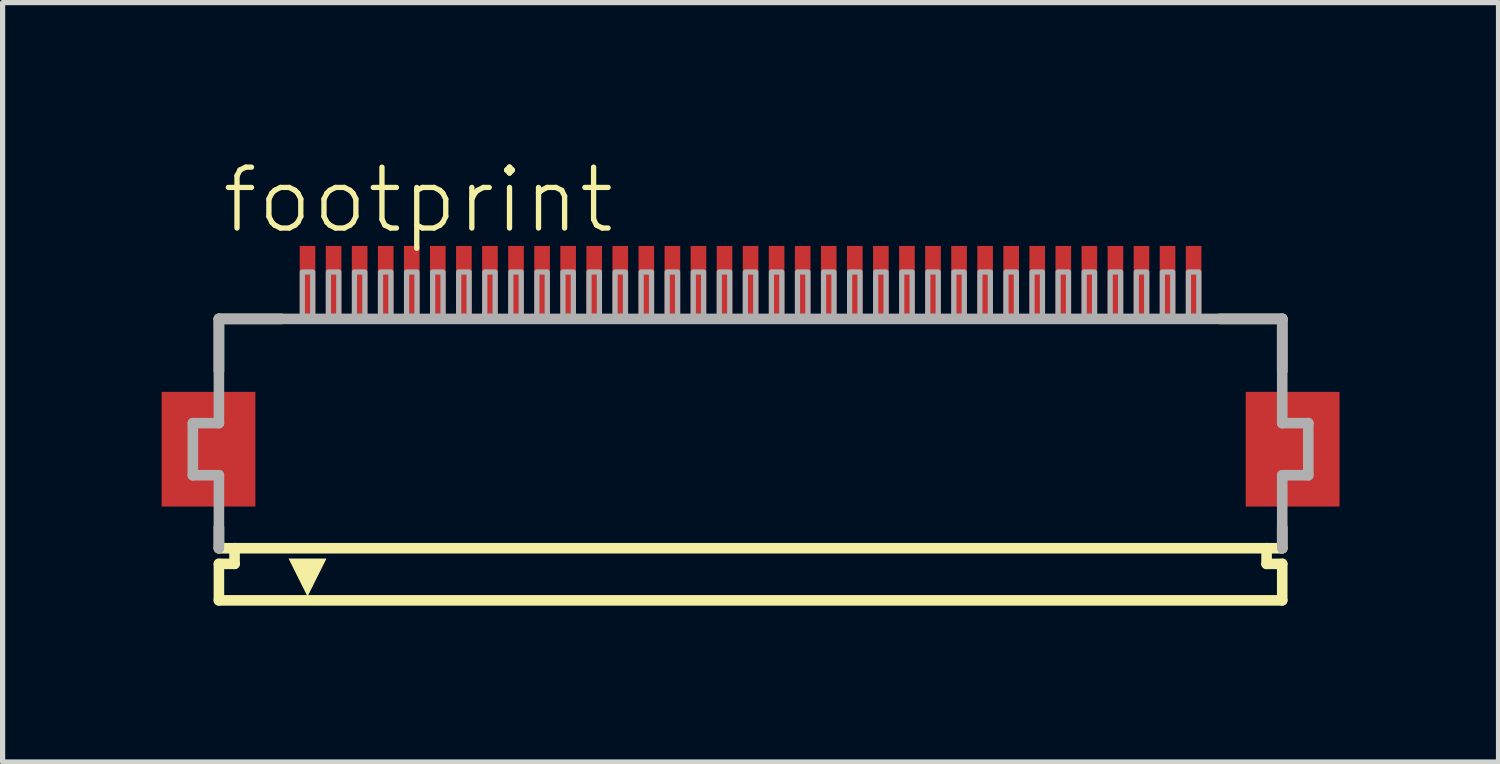
<source format=kicad_pcb>
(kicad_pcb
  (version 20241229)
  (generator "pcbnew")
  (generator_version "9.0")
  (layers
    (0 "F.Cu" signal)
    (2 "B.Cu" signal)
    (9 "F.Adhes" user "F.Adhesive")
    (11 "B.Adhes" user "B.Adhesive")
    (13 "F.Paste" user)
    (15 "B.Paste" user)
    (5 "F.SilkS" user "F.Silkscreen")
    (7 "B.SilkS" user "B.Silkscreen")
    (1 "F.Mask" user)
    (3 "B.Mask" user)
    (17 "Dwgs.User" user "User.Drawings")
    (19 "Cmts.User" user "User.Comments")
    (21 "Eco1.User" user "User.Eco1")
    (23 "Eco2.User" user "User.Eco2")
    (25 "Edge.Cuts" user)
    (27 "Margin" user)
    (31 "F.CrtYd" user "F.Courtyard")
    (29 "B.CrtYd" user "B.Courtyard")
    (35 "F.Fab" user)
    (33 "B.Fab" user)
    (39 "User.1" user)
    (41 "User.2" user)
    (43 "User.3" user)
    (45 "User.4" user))
  (footprint "footprint"
    (layer "F.Cu")
    (at 11.35 5.568)
    (property "Reference" "footprint" (at -10.198 -4.095 0) (layer "F.SilkS") (effects (font (size 1.168 1.168) (thickness 0.102)) (justify left bottom)))
    (fp_poly (pts (xy -9.5 -1.1) (xy -11.3 -1.1) (xy -11.3 1.1) (xy -9.5 1.1)) (stroke (width 0) (type solid)) (fill yes) (layer "F.Cu"))
    (fp_poly (pts (xy 11.3 -1.1) (xy 9.5 -1.1) (xy 9.5 1.1) (xy 11.3 1.1)) (stroke (width 0) (type solid)) (fill yes) (layer "F.Cu"))
    (fp_poly (pts (xy -9.45 -1.175) (xy -11.35 -1.175) (xy -11.35 1.175) (xy -9.45 1.175)) (stroke (width 0) (type solid)) (fill yes) (layer "F.Mask"))
    (fp_poly (pts (xy -8.7 -2.55) (xy -8.3 -2.55) (xy -8.3 -3.95) (xy -8.7 -3.95)) (stroke (width 0) (type solid)) (fill yes) (layer "F.Mask"))
    (fp_poly (pts (xy -8.2 -2.55) (xy -7.8 -2.55) (xy -7.8 -3.95) (xy -8.2 -3.95)) (stroke (width 0) (type solid)) (fill yes) (layer "F.Mask"))
    (fp_poly (pts (xy -7.7 -2.55) (xy -7.3 -2.55) (xy -7.3 -3.95) (xy -7.7 -3.95)) (stroke (width 0) (type solid)) (fill yes) (layer "F.Mask"))
    (fp_poly (pts (xy -7.2 -2.55) (xy -6.8 -2.55) (xy -6.8 -3.95) (xy -7.2 -3.95)) (stroke (width 0) (type solid)) (fill yes) (layer "F.Mask"))
    (fp_poly (pts (xy -6.7 -2.55) (xy -6.3 -2.55) (xy -6.3 -3.95) (xy -6.7 -3.95)) (stroke (width 0) (type solid)) (fill yes) (layer "F.Mask"))
    (fp_poly (pts (xy -6.2 -2.55) (xy -5.8 -2.55) (xy -5.8 -3.95) (xy -6.2 -3.95)) (stroke (width 0) (type solid)) (fill yes) (layer "F.Mask"))
    (fp_poly (pts (xy -5.7 -2.55) (xy -5.3 -2.55) (xy -5.3 -3.95) (xy -5.7 -3.95)) (stroke (width 0) (type solid)) (fill yes) (layer "F.Mask"))
    (fp_poly (pts (xy -5.2 -2.55) (xy -4.8 -2.55) (xy -4.8 -3.95) (xy -5.2 -3.95)) (stroke (width 0) (type solid)) (fill yes) (layer "F.Mask"))
    (fp_poly (pts (xy -4.7 -2.55) (xy -4.3 -2.55) (xy -4.3 -3.95) (xy -4.7 -3.95)) (stroke (width 0) (type solid)) (fill yes) (layer "F.Mask"))
    (fp_poly (pts (xy -4.2 -2.55) (xy -3.8 -2.55) (xy -3.8 -3.95) (xy -4.2 -3.95)) (stroke (width 0) (type solid)) (fill yes) (layer "F.Mask"))
    (fp_poly (pts (xy -3.7 -2.55) (xy -3.3 -2.55) (xy -3.3 -3.95) (xy -3.7 -3.95)) (stroke (width 0) (type solid)) (fill yes) (layer "F.Mask"))
    (fp_poly (pts (xy -3.2 -2.55) (xy -2.8 -2.55) (xy -2.8 -3.95) (xy -3.2 -3.95)) (stroke (width 0) (type solid)) (fill yes) (layer "F.Mask"))
    (fp_poly (pts (xy -2.7 -2.55) (xy -2.3 -2.55) (xy -2.3 -3.95) (xy -2.7 -3.95)) (stroke (width 0) (type solid)) (fill yes) (layer "F.Mask"))
    (fp_poly (pts (xy -2.2 -2.55) (xy -1.8 -2.55) (xy -1.8 -3.95) (xy -2.2 -3.95)) (stroke (width 0) (type solid)) (fill yes) (layer "F.Mask"))
    (fp_poly (pts (xy -1.7 -2.55) (xy -1.3 -2.55) (xy -1.3 -3.95) (xy -1.7 -3.95)) (stroke (width 0) (type solid)) (fill yes) (layer "F.Mask"))
    (fp_poly (pts (xy -1.2 -2.55) (xy -0.8 -2.55) (xy -0.8 -3.95) (xy -1.2 -3.95)) (stroke (width 0) (type solid)) (fill yes) (layer "F.Mask"))
    (fp_poly (pts (xy -0.7 -2.55) (xy -0.3 -2.55) (xy -0.3 -3.95) (xy -0.7 -3.95)) (stroke (width 0) (type solid)) (fill yes) (layer "F.Mask"))
    (fp_poly (pts (xy -0.2 -2.55) (xy 0.2 -2.55) (xy 0.2 -3.95) (xy -0.2 -3.95)) (stroke (width 0) (type solid)) (fill yes) (layer "F.Mask"))
    (fp_poly (pts (xy 0.3 -2.55) (xy 0.7 -2.55) (xy 0.7 -3.95) (xy 0.3 -3.95)) (stroke (width 0) (type solid)) (fill yes) (layer "F.Mask"))
    (fp_poly (pts (xy 0.8 -2.55) (xy 1.2 -2.55) (xy 1.2 -3.95) (xy 0.8 -3.95)) (stroke (width 0) (type solid)) (fill yes) (layer "F.Mask"))
    (fp_poly (pts (xy 1.3 -2.55) (xy 1.7 -2.55) (xy 1.7 -3.95) (xy 1.3 -3.95)) (stroke (width 0) (type solid)) (fill yes) (layer "F.Mask"))
    (fp_poly (pts (xy 1.8 -2.55) (xy 2.2 -2.55) (xy 2.2 -3.95) (xy 1.8 -3.95)) (stroke (width 0) (type solid)) (fill yes) (layer "F.Mask"))
    (fp_poly (pts (xy 2.3 -2.55) (xy 2.7 -2.55) (xy 2.7 -3.95) (xy 2.3 -3.95)) (stroke (width 0) (type solid)) (fill yes) (layer "F.Mask"))
    (fp_poly (pts (xy 2.8 -2.55) (xy 3.2 -2.55) (xy 3.2 -3.95) (xy 2.8 -3.95)) (stroke (width 0) (type solid)) (fill yes) (layer "F.Mask"))
    (fp_poly (pts (xy 3.3 -2.55) (xy 3.7 -2.55) (xy 3.7 -3.95) (xy 3.3 -3.95)) (stroke (width 0) (type solid)) (fill yes) (layer "F.Mask"))
    (fp_poly (pts (xy 3.8 -2.55) (xy 4.2 -2.55) (xy 4.2 -3.95) (xy 3.8 -3.95)) (stroke (width 0) (type solid)) (fill yes) (layer "F.Mask"))
    (fp_poly (pts (xy 4.3 -2.55) (xy 4.7 -2.55) (xy 4.7 -3.95) (xy 4.3 -3.95)) (stroke (width 0) (type solid)) (fill yes) (layer "F.Mask"))
    (fp_poly (pts (xy 4.8 -2.55) (xy 5.2 -2.55) (xy 5.2 -3.95) (xy 4.8 -3.95)) (stroke (width 0) (type solid)) (fill yes) (layer "F.Mask"))
    (fp_poly (pts (xy 5.3 -2.55) (xy 5.7 -2.55) (xy 5.7 -3.95) (xy 5.3 -3.95)) (stroke (width 0) (type solid)) (fill yes) (layer "F.Mask"))
    (fp_poly (pts (xy 5.8 -2.55) (xy 6.2 -2.55) (xy 6.2 -3.95) (xy 5.8 -3.95)) (stroke (width 0) (type solid)) (fill yes) (layer "F.Mask"))
    (fp_poly (pts (xy 6.3 -2.55) (xy 6.7 -2.55) (xy 6.7 -3.95) (xy 6.3 -3.95)) (stroke (width 0) (type solid)) (fill yes) (layer "F.Mask"))
    (fp_poly (pts (xy 6.8 -2.55) (xy 7.2 -2.55) (xy 7.2 -3.95) (xy 6.8 -3.95)) (stroke (width 0) (type solid)) (fill yes) (layer "F.Mask"))
    (fp_poly (pts (xy 7.3 -2.55) (xy 7.7 -2.55) (xy 7.7 -3.95) (xy 7.3 -3.95)) (stroke (width 0) (type solid)) (fill yes) (layer "F.Mask"))
    (fp_poly (pts (xy 7.8 -2.55) (xy 8.2 -2.55) (xy 8.2 -3.95) (xy 7.8 -3.95)) (stroke (width 0) (type solid)) (fill yes) (layer "F.Mask"))
    (fp_poly (pts (xy 8.3 -2.55) (xy 8.7 -2.55) (xy 8.7 -3.95) (xy 8.3 -3.95)) (stroke (width 0) (type solid)) (fill yes) (layer "F.Mask"))
    (fp_poly (pts (xy 11.35 -1.175) (xy 9.45 -1.175) (xy 9.45 1.175) (xy 11.35 1.175)) (stroke (width 0) (type solid)) (fill yes) (layer "F.Mask"))
    (fp_line (start -10.2 -2.5) (end -10.2 -1.5) (stroke (width 0.203) (type solid)) (layer "F.SilkS"))
    (fp_line (start -10.2 1.5) (end -10.2 1.9) (stroke (width 0.203) (type solid)) (layer "F.SilkS"))
    (fp_line (start -10.2 1.9) (end -9.9 1.9) (stroke (width 0.203) (type solid)) (layer "F.SilkS"))
    (fp_line (start -10.2 2.2) (end -10.2 2.9) (stroke (width 0.203) (type solid)) (layer "F.SilkS"))
    (fp_line (start -9.9 1.9) (end -9.9 2.2) (stroke (width 0.203) (type solid)) (layer "F.SilkS"))
    (fp_line (start -9.9 2.2) (end -10.2 2.2) (stroke (width 0.203) (type solid)) (layer "F.SilkS"))
    (fp_line (start -9 -2.5) (end -10.2 -2.5) (stroke (width 0.203) (type solid)) (layer "F.SilkS"))
    (fp_line (start 9.9 1.9) (end -9.9 1.9) (stroke (width 0.203) (type solid)) (layer "F.SilkS"))
    (fp_line (start 9.9 1.9) (end 10.2 1.9) (stroke (width 0.203) (type solid)) (layer "F.SilkS"))
    (fp_line (start 9.9 2.2) (end 9.9 1.9) (stroke (width 0.203) (type solid)) (layer "F.SilkS"))
    (fp_line (start 10.2 -2.5) (end 9 -2.5) (stroke (width 0.203) (type solid)) (layer "F.SilkS"))
    (fp_line (start 10.2 -1.5) (end 10.2 -2.5) (stroke (width 0.203) (type solid)) (layer "F.SilkS"))
    (fp_line (start 10.2 1.9) (end 10.2 1.5) (stroke (width 0.203) (type solid)) (layer "F.SilkS"))
    (fp_line (start 10.2 2.2) (end 9.9 2.2) (stroke (width 0.203) (type solid)) (layer "F.SilkS"))
    (fp_line (start 10.2 2.9) (end -10.2 2.9) (stroke (width 0.203) (type solid)) (layer "F.SilkS"))
    (fp_line (start 10.2 2.9) (end 10.2 2.2) (stroke (width 0.203) (type solid)) (layer "F.SilkS"))
    (fp_poly (pts (xy -8.5 2.827) (xy -8.864 2.098) (xy -8.136 2.098)) (stroke (width 0) (type solid)) (fill yes) (layer "F.SilkS"))
    (fp_poly (pts (xy -9.575 -1.025) (xy -11.225 -1.025) (xy -11.225 1.025) (xy -9.575 1.025)) (stroke (width 0) (type solid)) (fill yes) (layer "F.Paste"))
    (fp_poly (pts (xy -8.625 -2.625) (xy -8.375 -2.625) (xy -8.375 -3.875) (xy -8.625 -3.875)) (stroke (width 0) (type solid)) (fill yes) (layer "F.Paste"))
    (fp_poly (pts (xy -8.125 -2.625) (xy -7.875 -2.625) (xy -7.875 -3.875) (xy -8.125 -3.875)) (stroke (width 0) (type solid)) (fill yes) (layer "F.Paste"))
    (fp_poly (pts (xy -7.625 -2.625) (xy -7.375 -2.625) (xy -7.375 -3.875) (xy -7.625 -3.875)) (stroke (width 0) (type solid)) (fill yes) (layer "F.Paste"))
    (fp_poly (pts (xy -7.125 -2.625) (xy -6.875 -2.625) (xy -6.875 -3.875) (xy -7.125 -3.875)) (stroke (width 0) (type solid)) (fill yes) (layer "F.Paste"))
    (fp_poly (pts (xy -6.625 -2.625) (xy -6.375 -2.625) (xy -6.375 -3.875) (xy -6.625 -3.875)) (stroke (width 0) (type solid)) (fill yes) (layer "F.Paste"))
    (fp_poly (pts (xy -6.125 -2.625) (xy -5.875 -2.625) (xy -5.875 -3.875) (xy -6.125 -3.875)) (stroke (width 0) (type solid)) (fill yes) (layer "F.Paste"))
    (fp_poly (pts (xy -5.625 -2.625) (xy -5.375 -2.625) (xy -5.375 -3.875) (xy -5.625 -3.875)) (stroke (width 0) (type solid)) (fill yes) (layer "F.Paste"))
    (fp_poly (pts (xy -5.125 -2.625) (xy -4.875 -2.625) (xy -4.875 -3.875) (xy -5.125 -3.875)) (stroke (width 0) (type solid)) (fill yes) (layer "F.Paste"))
    (fp_poly (pts (xy -4.625 -2.625) (xy -4.375 -2.625) (xy -4.375 -3.875) (xy -4.625 -3.875)) (stroke (width 0) (type solid)) (fill yes) (layer "F.Paste"))
    (fp_poly (pts (xy -4.125 -2.625) (xy -3.875 -2.625) (xy -3.875 -3.875) (xy -4.125 -3.875)) (stroke (width 0) (type solid)) (fill yes) (layer "F.Paste"))
    (fp_poly (pts (xy -3.625 -2.625) (xy -3.375 -2.625) (xy -3.375 -3.875) (xy -3.625 -3.875)) (stroke (width 0) (type solid)) (fill yes) (layer "F.Paste"))
    (fp_poly (pts (xy -3.125 -2.625) (xy -2.875 -2.625) (xy -2.875 -3.875) (xy -3.125 -3.875)) (stroke (width 0) (type solid)) (fill yes) (layer "F.Paste"))
    (fp_poly (pts (xy -2.625 -2.625) (xy -2.375 -2.625) (xy -2.375 -3.875) (xy -2.625 -3.875)) (stroke (width 0) (type solid)) (fill yes) (layer "F.Paste"))
    (fp_poly (pts (xy -2.125 -2.625) (xy -1.875 -2.625) (xy -1.875 -3.875) (xy -2.125 -3.875)) (stroke (width 0) (type solid)) (fill yes) (layer "F.Paste"))
    (fp_poly (pts (xy -1.625 -2.625) (xy -1.375 -2.625) (xy -1.375 -3.875) (xy -1.625 -3.875)) (stroke (width 0) (type solid)) (fill yes) (layer "F.Paste"))
    (fp_poly (pts (xy -1.125 -2.625) (xy -0.875 -2.625) (xy -0.875 -3.875) (xy -1.125 -3.875)) (stroke (width 0) (type solid)) (fill yes) (layer "F.Paste"))
    (fp_poly (pts (xy -0.625 -2.625) (xy -0.375 -2.625) (xy -0.375 -3.875) (xy -0.625 -3.875)) (stroke (width 0) (type solid)) (fill yes) (layer "F.Paste"))
    (fp_poly (pts (xy -0.125 -2.625) (xy 0.125 -2.625) (xy 0.125 -3.875) (xy -0.125 -3.875)) (stroke (width 0) (type solid)) (fill yes) (layer "F.Paste"))
    (fp_poly (pts (xy 0.375 -2.625) (xy 0.625 -2.625) (xy 0.625 -3.875) (xy 0.375 -3.875)) (stroke (width 0) (type solid)) (fill yes) (layer "F.Paste"))
    (fp_poly (pts (xy 0.875 -2.625) (xy 1.125 -2.625) (xy 1.125 -3.875) (xy 0.875 -3.875)) (stroke (width 0) (type solid)) (fill yes) (layer "F.Paste"))
    (fp_poly (pts (xy 1.375 -2.625) (xy 1.625 -2.625) (xy 1.625 -3.875) (xy 1.375 -3.875)) (stroke (width 0) (type solid)) (fill yes) (layer "F.Paste"))
    (fp_poly (pts (xy 1.875 -2.625) (xy 2.125 -2.625) (xy 2.125 -3.875) (xy 1.875 -3.875)) (stroke (width 0) (type solid)) (fill yes) (layer "F.Paste"))
    (fp_poly (pts (xy 2.375 -2.625) (xy 2.625 -2.625) (xy 2.625 -3.875) (xy 2.375 -3.875)) (stroke (width 0) (type solid)) (fill yes) (layer "F.Paste"))
    (fp_poly (pts (xy 2.875 -2.625) (xy 3.125 -2.625) (xy 3.125 -3.875) (xy 2.875 -3.875)) (stroke (width 0) (type solid)) (fill yes) (layer "F.Paste"))
    (fp_poly (pts (xy 3.375 -2.625) (xy 3.625 -2.625) (xy 3.625 -3.875) (xy 3.375 -3.875)) (stroke (width 0) (type solid)) (fill yes) (layer "F.Paste"))
    (fp_poly (pts (xy 3.875 -2.625) (xy 4.125 -2.625) (xy 4.125 -3.875) (xy 3.875 -3.875)) (stroke (width 0) (type solid)) (fill yes) (layer "F.Paste"))
    (fp_poly (pts (xy 4.375 -2.625) (xy 4.625 -2.625) (xy 4.625 -3.875) (xy 4.375 -3.875)) (stroke (width 0) (type solid)) (fill yes) (layer "F.Paste"))
    (fp_poly (pts (xy 4.875 -2.625) (xy 5.125 -2.625) (xy 5.125 -3.875) (xy 4.875 -3.875)) (stroke (width 0) (type solid)) (fill yes) (layer "F.Paste"))
    (fp_poly (pts (xy 5.375 -2.625) (xy 5.625 -2.625) (xy 5.625 -3.875) (xy 5.375 -3.875)) (stroke (width 0) (type solid)) (fill yes) (layer "F.Paste"))
    (fp_poly (pts (xy 5.875 -2.625) (xy 6.125 -2.625) (xy 6.125 -3.875) (xy 5.875 -3.875)) (stroke (width 0) (type solid)) (fill yes) (layer "F.Paste"))
    (fp_poly (pts (xy 6.375 -2.625) (xy 6.625 -2.625) (xy 6.625 -3.875) (xy 6.375 -3.875)) (stroke (width 0) (type solid)) (fill yes) (layer "F.Paste"))
    (fp_poly (pts (xy 6.875 -2.625) (xy 7.125 -2.625) (xy 7.125 -3.875) (xy 6.875 -3.875)) (stroke (width 0) (type solid)) (fill yes) (layer "F.Paste"))
    (fp_poly (pts (xy 7.375 -2.625) (xy 7.625 -2.625) (xy 7.625 -3.875) (xy 7.375 -3.875)) (stroke (width 0) (type solid)) (fill yes) (layer "F.Paste"))
    (fp_poly (pts (xy 7.875 -2.625) (xy 8.125 -2.625) (xy 8.125 -3.875) (xy 7.875 -3.875)) (stroke (width 0) (type solid)) (fill yes) (layer "F.Paste"))
    (fp_poly (pts (xy 8.375 -2.625) (xy 8.625 -2.625) (xy 8.625 -3.875) (xy 8.375 -3.875)) (stroke (width 0) (type solid)) (fill yes) (layer "F.Paste"))
    (fp_poly (pts (xy 11.225 -1.025) (xy 9.575 -1.025) (xy 9.575 1.025) (xy 11.225 1.025)) (stroke (width 0) (type solid)) (fill yes) (layer "F.Paste"))
    (fp_line (start -10.7 -0.5) (end -10.7 0.5) (stroke (width 0.203) (type solid)) (layer "F.Fab"))
    (fp_line (start -10.7 0.5) (end -10.2 0.5) (stroke (width 0.203) (type solid)) (layer "F.Fab"))
    (fp_line (start -10.2 -2.5) (end -10.2 -0.5) (stroke (width 0.203) (type solid)) (layer "F.Fab"))
    (fp_line (start -10.2 -0.5) (end -10.7 -0.5) (stroke (width 0.203) (type solid)) (layer "F.Fab"))
    (fp_line (start -10.2 0.5) (end -10.2 1.9) (stroke (width 0.203) (type solid)) (layer "F.Fab"))
    (fp_line (start 10.2 -2.5) (end -10.2 -2.5) (stroke (width 0.203) (type solid)) (layer "F.Fab"))
    (fp_line (start 10.2 -0.5) (end 10.2 -2.5) (stroke (width 0.203) (type solid)) (layer "F.Fab"))
    (fp_line (start 10.2 0.5) (end 10.7 0.5) (stroke (width 0.203) (type solid)) (layer "F.Fab"))
    (fp_line (start 10.2 1.9) (end 10.2 0.5) (stroke (width 0.203) (type solid)) (layer "F.Fab"))
    (fp_line (start 10.7 -0.5) (end 10.2 -0.5) (stroke (width 0.203) (type solid)) (layer "F.Fab"))
    (fp_line (start 10.7 0.5) (end 10.7 -0.5) (stroke (width 0.203) (type solid)) (layer "F.Fab"))
    (fp_poly (pts (xy -8.6 -2.55) (xy -8.4 -2.55) (xy -8.4 -3.4) (xy -8.6 -3.4)) (stroke (width 0.1) (type solid)) (fill no) (layer "F.Fab"))
    (fp_poly (pts (xy -8.1 -2.55) (xy -7.9 -2.55) (xy -7.9 -3.4) (xy -8.1 -3.4)) (stroke (width 0.1) (type solid)) (fill no) (layer "F.Fab"))
    (fp_poly (pts (xy -7.6 -2.55) (xy -7.4 -2.55) (xy -7.4 -3.4) (xy -7.6 -3.4)) (stroke (width 0.1) (type solid)) (fill no) (layer "F.Fab"))
    (fp_poly (pts (xy -7.1 -2.55) (xy -6.9 -2.55) (xy -6.9 -3.4) (xy -7.1 -3.4)) (stroke (width 0.1) (type solid)) (fill no) (layer "F.Fab"))
    (fp_poly (pts (xy -6.6 -2.55) (xy -6.4 -2.55) (xy -6.4 -3.4) (xy -6.6 -3.4)) (stroke (width 0.1) (type solid)) (fill no) (layer "F.Fab"))
    (fp_poly (pts (xy -6.1 -2.55) (xy -5.9 -2.55) (xy -5.9 -3.4) (xy -6.1 -3.4)) (stroke (width 0.1) (type solid)) (fill no) (layer "F.Fab"))
    (fp_poly (pts (xy -5.6 -2.55) (xy -5.4 -2.55) (xy -5.4 -3.4) (xy -5.6 -3.4)) (stroke (width 0.1) (type solid)) (fill no) (layer "F.Fab"))
    (fp_poly (pts (xy -5.1 -2.55) (xy -4.9 -2.55) (xy -4.9 -3.4) (xy -5.1 -3.4)) (stroke (width 0.1) (type solid)) (fill no) (layer "F.Fab"))
    (fp_poly (pts (xy -4.6 -2.55) (xy -4.4 -2.55) (xy -4.4 -3.4) (xy -4.6 -3.4)) (stroke (width 0.1) (type solid)) (fill no) (layer "F.Fab"))
    (fp_poly (pts (xy -4.1 -2.55) (xy -3.9 -2.55) (xy -3.9 -3.4) (xy -4.1 -3.4)) (stroke (width 0.1) (type solid)) (fill no) (layer "F.Fab"))
    (fp_poly (pts (xy -3.6 -2.55) (xy -3.4 -2.55) (xy -3.4 -3.4) (xy -3.6 -3.4)) (stroke (width 0.1) (type solid)) (fill no) (layer "F.Fab"))
    (fp_poly (pts (xy -3.1 -2.55) (xy -2.9 -2.55) (xy -2.9 -3.4) (xy -3.1 -3.4)) (stroke (width 0.1) (type solid)) (fill no) (layer "F.Fab"))
    (fp_poly (pts (xy -2.6 -2.55) (xy -2.4 -2.55) (xy -2.4 -3.4) (xy -2.6 -3.4)) (stroke (width 0.1) (type solid)) (fill no) (layer "F.Fab"))
    (fp_poly (pts (xy -2.1 -2.55) (xy -1.9 -2.55) (xy -1.9 -3.4) (xy -2.1 -3.4)) (stroke (width 0.1) (type solid)) (fill no) (layer "F.Fab"))
    (fp_poly (pts (xy -1.6 -2.55) (xy -1.4 -2.55) (xy -1.4 -3.4) (xy -1.6 -3.4)) (stroke (width 0.1) (type solid)) (fill no) (layer "F.Fab"))
    (fp_poly (pts (xy -1.1 -2.55) (xy -0.9 -2.55) (xy -0.9 -3.4) (xy -1.1 -3.4)) (stroke (width 0.1) (type solid)) (fill no) (layer "F.Fab"))
    (fp_poly (pts (xy -0.6 -2.55) (xy -0.4 -2.55) (xy -0.4 -3.4) (xy -0.6 -3.4)) (stroke (width 0.1) (type solid)) (fill no) (layer "F.Fab"))
    (fp_poly (pts (xy -0.1 -2.55) (xy 0.1 -2.55) (xy 0.1 -3.4) (xy -0.1 -3.4)) (stroke (width 0.1) (type solid)) (fill no) (layer "F.Fab"))
    (fp_poly (pts (xy 0.4 -2.55) (xy 0.6 -2.55) (xy 0.6 -3.4) (xy 0.4 -3.4)) (stroke (width 0.1) (type solid)) (fill no) (layer "F.Fab"))
    (fp_poly (pts (xy 0.9 -2.55) (xy 1.1 -2.55) (xy 1.1 -3.4) (xy 0.9 -3.4)) (stroke (width 0.1) (type solid)) (fill no) (layer "F.Fab"))
    (fp_poly (pts (xy 1.4 -2.55) (xy 1.6 -2.55) (xy 1.6 -3.4) (xy 1.4 -3.4)) (stroke (width 0.1) (type solid)) (fill no) (layer "F.Fab"))
    (fp_poly (pts (xy 1.9 -2.55) (xy 2.1 -2.55) (xy 2.1 -3.4) (xy 1.9 -3.4)) (stroke (width 0.1) (type solid)) (fill no) (layer "F.Fab"))
    (fp_poly (pts (xy 2.4 -2.55) (xy 2.6 -2.55) (xy 2.6 -3.4) (xy 2.4 -3.4)) (stroke (width 0.1) (type solid)) (fill no) (layer "F.Fab"))
    (fp_poly (pts (xy 2.9 -2.55) (xy 3.1 -2.55) (xy 3.1 -3.4) (xy 2.9 -3.4)) (stroke (width 0.1) (type solid)) (fill no) (layer "F.Fab"))
    (fp_poly (pts (xy 3.4 -2.55) (xy 3.6 -2.55) (xy 3.6 -3.4) (xy 3.4 -3.4)) (stroke (width 0.1) (type solid)) (fill no) (layer "F.Fab"))
    (fp_poly (pts (xy 3.9 -2.55) (xy 4.1 -2.55) (xy 4.1 -3.4) (xy 3.9 -3.4)) (stroke (width 0.1) (type solid)) (fill no) (layer "F.Fab"))
    (fp_poly (pts (xy 4.4 -2.55) (xy 4.6 -2.55) (xy 4.6 -3.4) (xy 4.4 -3.4)) (stroke (width 0.1) (type solid)) (fill no) (layer "F.Fab"))
    (fp_poly (pts (xy 4.9 -2.55) (xy 5.1 -2.55) (xy 5.1 -3.4) (xy 4.9 -3.4)) (stroke (width 0.1) (type solid)) (fill no) (layer "F.Fab"))
    (fp_poly (pts (xy 5.4 -2.55) (xy 5.6 -2.55) (xy 5.6 -3.4) (xy 5.4 -3.4)) (stroke (width 0.1) (type solid)) (fill no) (layer "F.Fab"))
    (fp_poly (pts (xy 5.9 -2.55) (xy 6.1 -2.55) (xy 6.1 -3.4) (xy 5.9 -3.4)) (stroke (width 0.1) (type solid)) (fill no) (layer "F.Fab"))
    (fp_poly (pts (xy 6.4 -2.55) (xy 6.6 -2.55) (xy 6.6 -3.4) (xy 6.4 -3.4)) (stroke (width 0.1) (type solid)) (fill no) (layer "F.Fab"))
    (fp_poly (pts (xy 6.9 -2.55) (xy 7.1 -2.55) (xy 7.1 -3.4) (xy 6.9 -3.4)) (stroke (width 0.1) (type solid)) (fill no) (layer "F.Fab"))
    (fp_poly (pts (xy 7.4 -2.55) (xy 7.6 -2.55) (xy 7.6 -3.4) (xy 7.4 -3.4)) (stroke (width 0.1) (type solid)) (fill no) (layer "F.Fab"))
    (fp_poly (pts (xy 7.9 -2.55) (xy 8.1 -2.55) (xy 8.1 -3.4) (xy 7.9 -3.4)) (stroke (width 0.1) (type solid)) (fill no) (layer "F.Fab"))
    (fp_poly (pts (xy 8.4 -2.55) (xy 8.6 -2.55) (xy 8.6 -3.4) (xy 8.4 -3.4)) (stroke (width 0.1) (type solid)) (fill no) (layer "F.Fab"))
    (pad "1" smd rect (at -8.5 -3.25) (size 0.3 1.3) (layers "F.Cu"))
    (pad "2" smd rect (at -8 -3.25) (size 0.3 1.3) (layers "F.Cu"))
    (pad "3" smd rect (at -7.5 -3.25) (size 0.3 1.3) (layers "F.Cu"))
    (pad "4" smd rect (at -7 -3.25) (size 0.3 1.3) (layers "F.Cu"))
    (pad "5" smd rect (at -6.5 -3.25) (size 0.3 1.3) (layers "F.Cu"))
    (pad "6" smd rect (at -6 -3.25) (size 0.3 1.3) (layers "F.Cu"))
    (pad "7" smd rect (at -5.5 -3.25) (size 0.3 1.3) (layers "F.Cu"))
    (pad "8" smd rect (at -5 -3.25) (size 0.3 1.3) (layers "F.Cu"))
    (pad "9" smd rect (at -4.5 -3.25) (size 0.3 1.3) (layers "F.Cu"))
    (pad "10" smd rect (at -4 -3.25) (size 0.3 1.3) (layers "F.Cu"))
    (pad "11" smd rect (at -3.5 -3.25) (size 0.3 1.3) (layers "F.Cu"))
    (pad "12" smd rect (at -3 -3.25) (size 0.3 1.3) (layers "F.Cu"))
    (pad "13" smd rect (at -2.5 -3.25) (size 0.3 1.3) (layers "F.Cu"))
    (pad "14" smd rect (at -2 -3.25) (size 0.3 1.3) (layers "F.Cu"))
    (pad "15" smd rect (at -1.5 -3.25) (size 0.3 1.3) (layers "F.Cu"))
    (pad "16" smd rect (at -1 -3.25) (size 0.3 1.3) (layers "F.Cu"))
    (pad "17" smd rect (at -0.5 -3.25) (size 0.3 1.3) (layers "F.Cu"))
    (pad "18" smd rect (at 0 -3.25) (size 0.3 1.3) (layers "F.Cu"))
    (pad "19" smd rect (at 0.5 -3.25) (size 0.3 1.3) (layers "F.Cu"))
    (pad "20" smd rect (at 1 -3.25) (size 0.3 1.3) (layers "F.Cu"))
    (pad "21" smd rect (at 1.5 -3.25) (size 0.3 1.3) (layers "F.Cu"))
    (pad "22" smd rect (at 2 -3.25) (size 0.3 1.3) (layers "F.Cu"))
    (pad "23" smd rect (at 2.5 -3.25) (size 0.3 1.3) (layers "F.Cu"))
    (pad "24" smd rect (at 3 -3.25) (size 0.3 1.3) (layers "F.Cu"))
    (pad "25" smd rect (at 3.5 -3.25) (size 0.3 1.3) (layers "F.Cu"))
    (pad "26" smd rect (at 4 -3.25) (size 0.3 1.3) (layers "F.Cu"))
    (pad "27" smd rect (at 4.5 -3.25) (size 0.3 1.3) (layers "F.Cu"))
    (pad "28" smd rect (at 5 -3.25) (size 0.3 1.3) (layers "F.Cu"))
    (pad "29" smd rect (at 5.5 -3.25) (size 0.3 1.3) (layers "F.Cu"))
    (pad "30" smd rect (at 6 -3.25) (size 0.3 1.3) (layers "F.Cu"))
    (pad "31" smd rect (at 6.5 -3.25) (size 0.3 1.3) (layers "F.Cu"))
    (pad "32" smd rect (at 7 -3.25) (size 0.3 1.3) (layers "F.Cu"))
    (pad "33" smd rect (at 7.5 -3.25) (size 0.3 1.3) (layers "F.Cu"))
    (pad "34" smd rect (at 8 -3.25) (size 0.3 1.3) (layers "F.Cu"))
    (pad "35" smd rect (at 8.5 -3.25) (size 0.3 1.3) (layers "F.Cu")))
  (gr_rect
    (start -3 -3)
    (end 25.7 11.57)
    (stroke (width 0.1) (type default))
    (fill no)
    (layer "Edge.Cuts")))
</source>
